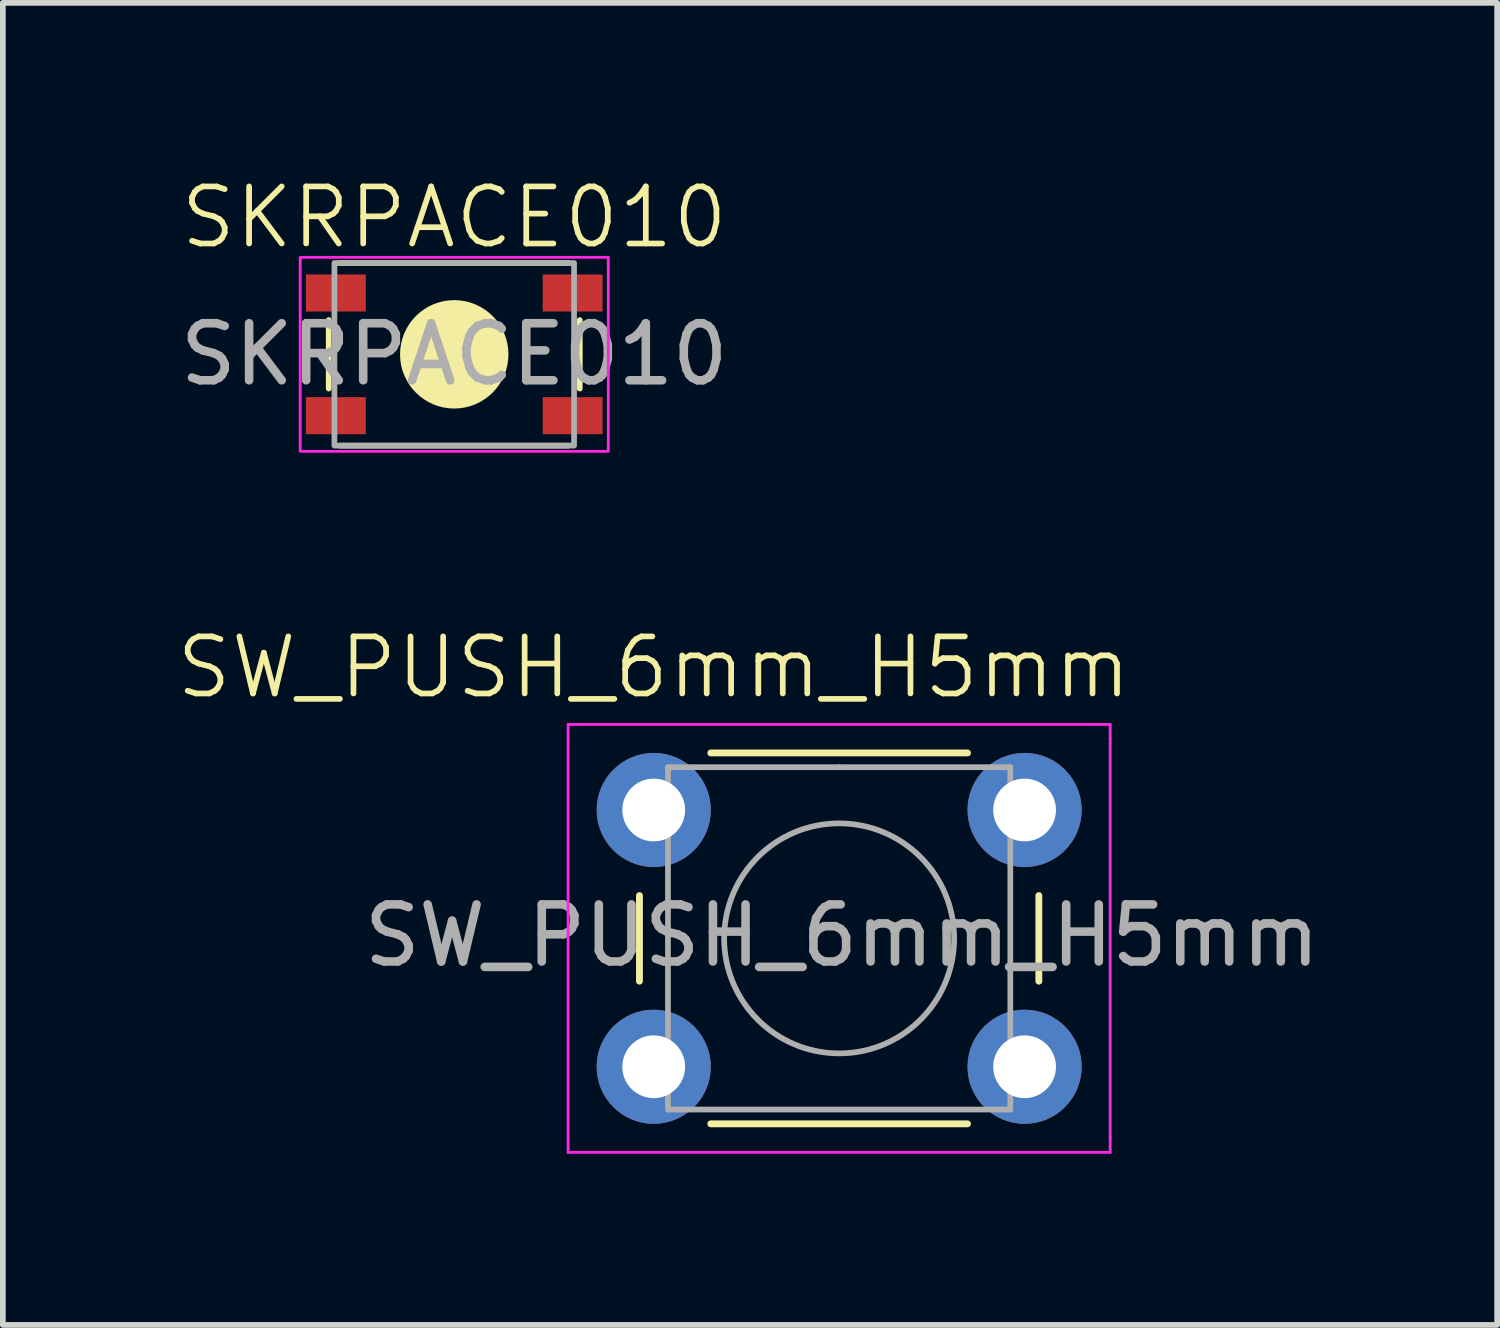
<source format=kicad_pcb>
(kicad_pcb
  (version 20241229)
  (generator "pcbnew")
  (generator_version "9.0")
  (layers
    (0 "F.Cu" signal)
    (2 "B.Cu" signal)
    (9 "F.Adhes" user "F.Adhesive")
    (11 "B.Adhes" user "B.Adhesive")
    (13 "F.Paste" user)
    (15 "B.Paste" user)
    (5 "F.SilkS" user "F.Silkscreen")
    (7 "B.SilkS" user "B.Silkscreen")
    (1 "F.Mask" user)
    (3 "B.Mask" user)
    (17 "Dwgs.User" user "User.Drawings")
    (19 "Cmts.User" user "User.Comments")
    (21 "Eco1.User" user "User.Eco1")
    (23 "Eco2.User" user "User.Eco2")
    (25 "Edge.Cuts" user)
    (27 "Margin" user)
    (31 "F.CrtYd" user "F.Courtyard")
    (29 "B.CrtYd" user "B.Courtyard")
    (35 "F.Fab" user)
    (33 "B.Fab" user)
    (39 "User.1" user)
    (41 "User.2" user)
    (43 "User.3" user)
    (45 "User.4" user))
  (footprint "SW_PUSH_6mm_H5mm"
    (layer "F.Cu")
    (at 8.407 11.146)
    (property "Reference" "SW_PUSH_6mm_H5mm" (at 0 -2.5 0) (unlocked yes) (layer "F.SilkS") (effects (font (size 1 1) (thickness 0.1))))
    (attr through_hole)
    (fp_line (start -0.25 1.5) (end -0.25 3) (stroke (width 0.12) (type solid)) (layer "F.SilkS"))
    (fp_line (start 1 5.5) (end 5.5 5.5) (stroke (width 0.12) (type solid)) (layer "F.SilkS"))
    (fp_line (start 5.5 -1) (end 1 -1) (stroke (width 0.12) (type solid)) (layer "F.SilkS"))
    (fp_line (start 6.75 3) (end 6.75 1.5) (stroke (width 0.12) (type solid)) (layer "F.SilkS"))
    (fp_line (start -1.5 -1.5) (end -1.25 -1.5) (stroke (width 0.05) (type solid)) (layer "F.CrtYd"))
    (fp_line (start -1.5 -1.25) (end -1.5 -1.5) (stroke (width 0.05) (type solid)) (layer "F.CrtYd"))
    (fp_line (start -1.5 5.75) (end -1.5 -1.25) (stroke (width 0.05) (type solid)) (layer "F.CrtYd"))
    (fp_line (start -1.5 5.75) (end -1.5 6) (stroke (width 0.05) (type solid)) (layer "F.CrtYd"))
    (fp_line (start -1.5 6) (end -1.25 6) (stroke (width 0.05) (type solid)) (layer "F.CrtYd"))
    (fp_line (start -1.25 -1.5) (end 7.75 -1.5) (stroke (width 0.05) (type solid)) (layer "F.CrtYd"))
    (fp_line (start 7.75 -1.5) (end 8 -1.5) (stroke (width 0.05) (type solid)) (layer "F.CrtYd"))
    (fp_line (start 7.75 6) (end -1.25 6) (stroke (width 0.05) (type solid)) (layer "F.CrtYd"))
    (fp_line (start 7.75 6) (end 8 6) (stroke (width 0.05) (type solid)) (layer "F.CrtYd"))
    (fp_line (start 8 -1.5) (end 8 -1.25) (stroke (width 0.05) (type solid)) (layer "F.CrtYd"))
    (fp_line (start 8 -1.25) (end 8 5.75) (stroke (width 0.05) (type solid)) (layer "F.CrtYd"))
    (fp_line (start 8 6) (end 8 5.75) (stroke (width 0.05) (type solid)) (layer "F.CrtYd"))
    (fp_line (start 0.25 -0.75) (end 3.25 -0.75) (stroke (width 0.1) (type solid)) (layer "F.Fab"))
    (fp_line (start 0.25 5.25) (end 0.25 -0.75) (stroke (width 0.1) (type solid)) (layer "F.Fab"))
    (fp_line (start 3.25 -0.75) (end 6.25 -0.75) (stroke (width 0.1) (type solid)) (layer "F.Fab"))
    (fp_line (start 6.25 -0.75) (end 6.25 5.25) (stroke (width 0.1) (type solid)) (layer "F.Fab"))
    (fp_line (start 6.25 5.25) (end 0.25 5.25) (stroke (width 0.1) (type solid)) (layer "F.Fab"))
    (fp_circle (center 3.25 2.25) (end 1.25 2.5) (stroke (width 0.1) (type solid)) (fill no) (layer "F.Fab"))
    (fp_text user "${REFERENCE}" (at 3.3 2.2 0) (unlocked yes) (layer "F.Fab") (effects (font (size 1 1) (thickness 0.15))))
    (pad "1" thru_hole circle (at 0 0 90) (size 2 2) (drill 1.1) (layers "*.Cu" "*.Mask"))
    (pad "1" thru_hole circle (at 6.5 0 90) (size 2 2) (drill 1.1) (layers "*.Cu" "*.Mask"))
    (pad "2" thru_hole circle (at 0 4.5 90) (size 2 2) (drill 1.1) (layers "*.Cu" "*.Mask"))
    (pad "2" thru_hole circle (at 6.5 4.5 90) (size 2 2) (drill 1.1) (layers "*.Cu" "*.Mask")))
  (footprint "SKRPACE010"
    (layer "F.Cu")
    (at 4.911 3.16)
    (property "Reference" "SKRPACE010" (at 0 -2.4 0) (layer "F.SilkS") (effects (font (size 1 1) (thickness 0.1))))
    (attr smd)
    (fp_line (start -2.2 -0.6) (end -2.2 0.6) (stroke (width 0.1) (type default)) (layer "F.SilkS"))
    (fp_line (start -2 -1.6) (end 2 -1.6) (stroke (width 0.1) (type default)) (layer "F.SilkS"))
    (fp_line (start -2 1.6) (end 2 1.6) (stroke (width 0.1) (type default)) (layer "F.SilkS"))
    (fp_line (start 2.2 -0.6) (end 2.2 0.6) (stroke (width 0.1) (type default)) (layer "F.SilkS"))
    (fp_circle (center 0 0) (end 0.9 0) (stroke (width 0.1) (type solid)) (fill yes) (layer "F.SilkS"))
    (fp_rect (start -2.7 -1.7) (end 2.7 1.7) (stroke (width 0.05) (type default)) (fill no) (layer "F.CrtYd"))
    (fp_rect (start -2.1 -1.6) (end 2.1 1.6) (stroke (width 0.1) (type default)) (fill no) (layer "F.Fab"))
    (fp_text user "${REFERENCE}" (at 0 0 0) (layer "F.Fab") (effects (font (size 1 1) (thickness 0.15))))
    (pad "1" smd rect (at -2.075 -1.075) (size 1.05 0.65) (layers "F.Cu" "F.Mask" "F.Paste"))
    (pad "1" smd rect (at 2.075 -1.075) (size 1.05 0.65) (layers "F.Cu" "F.Mask" "F.Paste"))
    (pad "2" smd rect (at -2.075 1.075) (size 1.05 0.65) (layers "F.Cu" "F.Mask" "F.Paste"))
    (pad "2" smd rect (at 2.075 1.075) (size 1.05 0.65) (layers "F.Cu" "F.Mask" "F.Paste")))
  (gr_rect
    (start -3 -3)
    (end 23.189 20.171)
    (stroke (width 0.1) (type default))
    (fill no)
    (layer "Edge.Cuts")))
</source>
